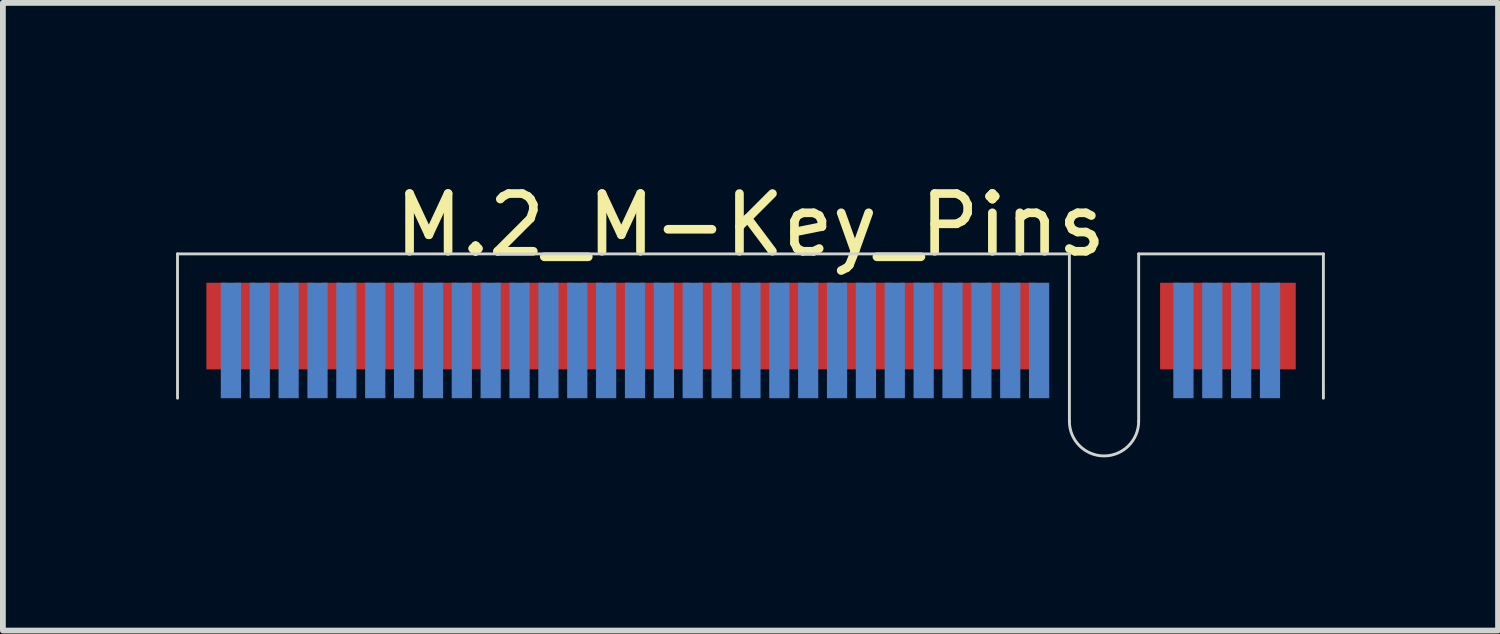
<source format=kicad_pcb>
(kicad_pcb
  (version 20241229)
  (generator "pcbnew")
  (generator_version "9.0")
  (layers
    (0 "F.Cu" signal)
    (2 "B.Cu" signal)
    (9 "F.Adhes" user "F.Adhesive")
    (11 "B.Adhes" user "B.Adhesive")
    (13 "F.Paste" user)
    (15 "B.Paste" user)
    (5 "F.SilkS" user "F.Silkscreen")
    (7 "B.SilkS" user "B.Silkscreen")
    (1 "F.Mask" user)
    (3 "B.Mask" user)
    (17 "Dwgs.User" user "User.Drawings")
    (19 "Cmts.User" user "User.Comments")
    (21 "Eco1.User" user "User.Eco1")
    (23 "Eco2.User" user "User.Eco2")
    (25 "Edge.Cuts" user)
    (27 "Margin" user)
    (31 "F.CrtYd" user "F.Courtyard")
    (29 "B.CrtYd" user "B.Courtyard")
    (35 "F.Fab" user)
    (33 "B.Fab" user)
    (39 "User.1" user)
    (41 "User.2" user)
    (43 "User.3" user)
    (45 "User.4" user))
  (footprint "M.2_M-Key_Pins"
    (layer "F.Cu")
    (at 9.95 3.848)
    (property "Reference" "M.2_M-Key_Pins" (at 0 -3 0) (layer "F.SilkS") (effects (font (size 1 1) (thickness 0.15))))
    (attr through_hole)
    (fp_line (start -9.925 0) (end -9.925 -2.5) (stroke (width 0.05) (type default)) (layer "Edge.Cuts"))
    (fp_line (start 5.525 -2.5) (end -9.925 -2.5) (stroke (width 0.05) (type default)) (layer "Edge.Cuts"))
    (fp_line (start 5.525 -2.5) (end 5.525 0.4) (stroke (width 0.05) (type default)) (layer "Edge.Cuts"))
    (fp_line (start 6.725 -2.5) (end 6.725 0.4) (stroke (width 0.05) (type default)) (layer "Edge.Cuts"))
    (fp_line (start 6.725 -2.5) (end 9.925 -2.5) (stroke (width 0.05) (type default)) (layer "Edge.Cuts"))
    (fp_line (start 9.925 0) (end 9.925 -2.5) (stroke (width 0.05) (type default)) (layer "Edge.Cuts"))
    (fp_arc (start 6.725 0.4) (mid 6.125 1) (end 5.525 0.4) (stroke (width 0.05) (type default)) (layer "Edge.Cuts"))
    (pad "1" smd rect (at -9.25 -1) (size 0.35 1.5) (drill (offset 0 -0.25)) (layers "F.Cu" "F.Mask" "F.Paste"))
    (pad "2" smd rect (at -9 -1) (size 0.35 2) (layers "B.Cu" "B.Mask" "B.Paste"))
    (pad "3" smd rect (at -8.75 -1) (size 0.35 1.5) (drill (offset 0 -0.25)) (layers "F.Cu" "F.Mask" "F.Paste"))
    (pad "4" smd rect (at -8.5 -1) (size 0.35 2) (layers "B.Cu" "B.Mask" "B.Paste"))
    (pad "5" smd rect (at -8.25 -1) (size 0.35 1.5) (drill (offset 0 -0.25)) (layers "F.Cu" "F.Mask" "F.Paste"))
    (pad "6" smd rect (at -8 -1) (size 0.35 2) (layers "B.Cu" "B.Mask" "B.Paste"))
    (pad "7" smd rect (at -7.75 -1) (size 0.35 1.5) (drill (offset 0 -0.25)) (layers "F.Cu" "F.Mask" "F.Paste"))
    (pad "8" smd rect (at -7.5 -1) (size 0.35 2) (layers "B.Cu" "B.Mask" "B.Paste"))
    (pad "9" smd rect (at -7.25 -1) (size 0.35 1.5) (drill (offset 0 -0.25)) (layers "F.Cu" "F.Mask" "F.Paste"))
    (pad "10" smd rect (at -7 -1) (size 0.35 2) (layers "B.Cu" "B.Mask" "B.Paste"))
    (pad "11" smd rect (at -6.75 -1) (size 0.35 1.5) (drill (offset 0 -0.25)) (layers "F.Cu" "F.Mask" "F.Paste"))
    (pad "12" smd rect (at -6.5 -1) (size 0.35 2) (layers "B.Cu" "B.Mask" "B.Paste"))
    (pad "13" smd rect (at -6.25 -1) (size 0.35 1.5) (drill (offset 0 -0.25)) (layers "F.Cu" "F.Mask" "F.Paste"))
    (pad "14" smd rect (at -6 -1) (size 0.35 2) (layers "B.Cu" "B.Mask" "B.Paste"))
    (pad "15" smd rect (at -5.75 -1) (size 0.35 1.5) (drill (offset 0 -0.25)) (layers "F.Cu" "F.Mask" "F.Paste"))
    (pad "16" smd rect (at -5.5 -1) (size 0.35 2) (layers "B.Cu" "B.Mask" "B.Paste"))
    (pad "17" smd rect (at -5.25 -1) (size 0.35 1.5) (drill (offset 0 -0.25)) (layers "F.Cu" "F.Mask" "F.Paste"))
    (pad "18" smd rect (at -5 -1) (size 0.35 2) (layers "B.Cu" "B.Mask" "B.Paste"))
    (pad "19" smd rect (at -4.75 -1) (size 0.35 1.5) (drill (offset 0 -0.25)) (layers "F.Cu" "F.Mask" "F.Paste"))
    (pad "20" smd rect (at -4.5 -1) (size 0.35 2) (layers "B.Cu" "B.Mask" "B.Paste"))
    (pad "21" smd rect (at -4.25 -1) (size 0.35 1.5) (drill (offset 0 -0.25)) (layers "F.Cu" "F.Mask" "F.Paste"))
    (pad "22" smd rect (at -4 -1) (size 0.35 2) (layers "B.Cu" "B.Mask" "B.Paste"))
    (pad "23" smd rect (at -3.75 -1) (size 0.35 1.5) (drill (offset 0 -0.25)) (layers "F.Cu" "F.Mask" "F.Paste"))
    (pad "24" smd rect (at -3.5 -1) (size 0.35 2) (layers "B.Cu" "B.Mask" "B.Paste"))
    (pad "25" smd rect (at -3.246 -1) (size 0.35 1.5) (drill (offset 0 -0.25)) (layers "F.Cu" "F.Mask" "F.Paste"))
    (pad "26" smd rect (at -3 -1) (size 0.35 2) (layers "B.Cu" "B.Mask" "B.Paste"))
    (pad "27" smd rect (at -2.742 -1) (size 0.35 1.5) (drill (offset 0 -0.25)) (layers "F.Cu" "F.Mask" "F.Paste"))
    (pad "28" smd rect (at -2.5 -1) (size 0.35 2) (layers "B.Cu" "B.Mask" "B.Paste"))
    (pad "29" smd rect (at -2.237 -1) (size 0.35 1.5) (drill (offset 0 -0.25)) (layers "F.Cu" "F.Mask" "F.Paste"))
    (pad "30" smd rect (at -2 -1) (size 0.35 2) (layers "B.Cu" "B.Mask" "B.Paste"))
    (pad "31" smd rect (at -1.733 -1) (size 0.35 1.5) (drill (offset 0 -0.25)) (layers "F.Cu" "F.Mask" "F.Paste"))
    (pad "32" smd rect (at -1.5 -1) (size 0.35 2) (layers "B.Cu" "B.Mask" "B.Paste"))
    (pad "33" smd rect (at -1.229 -1) (size 0.35 1.5) (drill (offset 0 -0.25)) (layers "F.Cu" "F.Mask" "F.Paste"))
    (pad "34" smd rect (at -1 -1) (size 0.35 2) (layers "B.Cu" "B.Mask" "B.Paste"))
    (pad "35" smd rect (at -0.729 -1) (size 0.35 1.5) (drill (offset 0 -0.25)) (layers "F.Cu" "F.Mask" "F.Paste"))
    (pad "36" smd rect (at -0.5 -1) (size 0.35 2) (layers "B.Cu" "B.Mask" "B.Paste"))
    (pad "37" smd rect (at -0.229 -1) (size 0.35 1.5) (drill (offset 0 -0.25)) (layers "F.Cu" "F.Mask" "F.Paste"))
    (pad "38" smd rect (at 0 -1) (size 0.35 2) (layers "B.Cu" "B.Mask" "B.Paste"))
    (pad "39" smd rect (at 0.271 -1) (size 0.35 1.5) (drill (offset 0 -0.25)) (layers "F.Cu" "F.Mask" "F.Paste"))
    (pad "40" smd rect (at 0.5 -1) (size 0.35 2) (layers "B.Cu" "B.Mask" "B.Paste"))
    (pad "41" smd rect (at 0.771 -1) (size 0.35 1.5) (drill (offset 0 -0.25)) (layers "F.Cu" "F.Mask" "F.Paste"))
    (pad "42" smd rect (at 1 -1) (size 0.35 2) (layers "B.Cu" "B.Mask" "B.Paste"))
    (pad "43" smd rect (at 1.271 -1) (size 0.35 1.5) (drill (offset 0 -0.25)) (layers "F.Cu" "F.Mask" "F.Paste"))
    (pad "44" smd rect (at 1.5 -1) (size 0.35 2) (layers "B.Cu" "B.Mask" "B.Paste"))
    (pad "45" smd rect (at 1.771 -1) (size 0.35 1.5) (drill (offset 0 -0.25)) (layers "F.Cu" "F.Mask" "F.Paste"))
    (pad "46" smd rect (at 2 -1) (size 0.35 2) (layers "B.Cu" "B.Mask" "B.Paste"))
    (pad "47" smd rect (at 2.271 -1) (size 0.35 1.5) (drill (offset 0 -0.25)) (layers "F.Cu" "F.Mask" "F.Paste"))
    (pad "48" smd rect (at 2.5 -1) (size 0.35 2) (layers "B.Cu" "B.Mask" "B.Paste"))
    (pad "49" smd rect (at 2.771 -1) (size 0.35 1.5) (drill (offset 0 -0.25)) (layers "F.Cu" "F.Mask" "F.Paste"))
    (pad "50" smd rect (at 3 -1) (size 0.35 2) (layers "B.Cu" "B.Mask" "B.Paste"))
    (pad "51" smd rect (at 3.271 -1) (size 0.35 1.5) (drill (offset 0 -0.25)) (layers "F.Cu" "F.Mask" "F.Paste"))
    (pad "52" smd rect (at 3.5 -1) (size 0.35 2) (layers "B.Cu" "B.Mask" "B.Paste"))
    (pad "53" smd rect (at 3.771 -1) (size 0.35 1.5) (drill (offset 0 -0.25)) (layers "F.Cu" "F.Mask" "F.Paste"))
    (pad "54" smd rect (at 4 -1) (size 0.35 2) (layers "B.Cu" "B.Mask" "B.Paste"))
    (pad "55" smd rect (at 4.271 -1) (size 0.35 1.5) (drill (offset 0 -0.25)) (layers "F.Cu" "F.Mask" "F.Paste"))
    (pad "56" smd rect (at 4.5 -1) (size 0.35 2) (layers "B.Cu" "B.Mask" "B.Paste"))
    (pad "57" smd rect (at 4.771 -1) (size 0.35 1.5) (drill (offset 0 -0.25)) (layers "F.Cu" "F.Mask" "F.Paste"))
    (pad "58" smd rect (at 5 -1) (size 0.35 2) (layers "B.Cu" "B.Mask" "B.Paste"))
    (pad "67" smd rect (at 7.271 -1) (size 0.35 1.5) (drill (offset 0 -0.25)) (layers "F.Cu" "F.Mask" "F.Paste"))
    (pad "68" smd rect (at 7.5 -1) (size 0.35 2) (layers "B.Cu" "B.Mask" "B.Paste"))
    (pad "69" smd rect (at 7.771 -1) (size 0.35 1.5) (drill (offset 0 -0.25)) (layers "F.Cu" "F.Mask" "F.Paste"))
    (pad "70" smd rect (at 8 -1) (size 0.35 2) (layers "B.Cu" "B.Mask" "B.Paste"))
    (pad "71" smd rect (at 8.271 -1) (size 0.35 1.5) (drill (offset 0 -0.25)) (layers "F.Cu" "F.Mask" "F.Paste"))
    (pad "72" smd rect (at 8.5 -1) (size 0.35 2) (layers "B.Cu" "B.Mask" "B.Paste"))
    (pad "73" smd rect (at 8.771 -1) (size 0.35 1.5) (drill (offset 0 -0.25)) (layers "F.Cu" "F.Mask" "F.Paste"))
    (pad "74" smd rect (at 9 -1) (size 0.35 2) (layers "B.Cu" "B.Mask" "B.Paste"))
    (pad "75" smd rect (at 9.271 -1) (size 0.35 1.5) (drill (offset 0 -0.25)) (layers "F.Cu" "F.Mask" "F.Paste")))
  (gr_rect
    (start -3 -3)
    (end 22.9 7.873)
    (stroke (width 0.1) (type default))
    (fill no)
    (layer "Edge.Cuts")))
</source>
